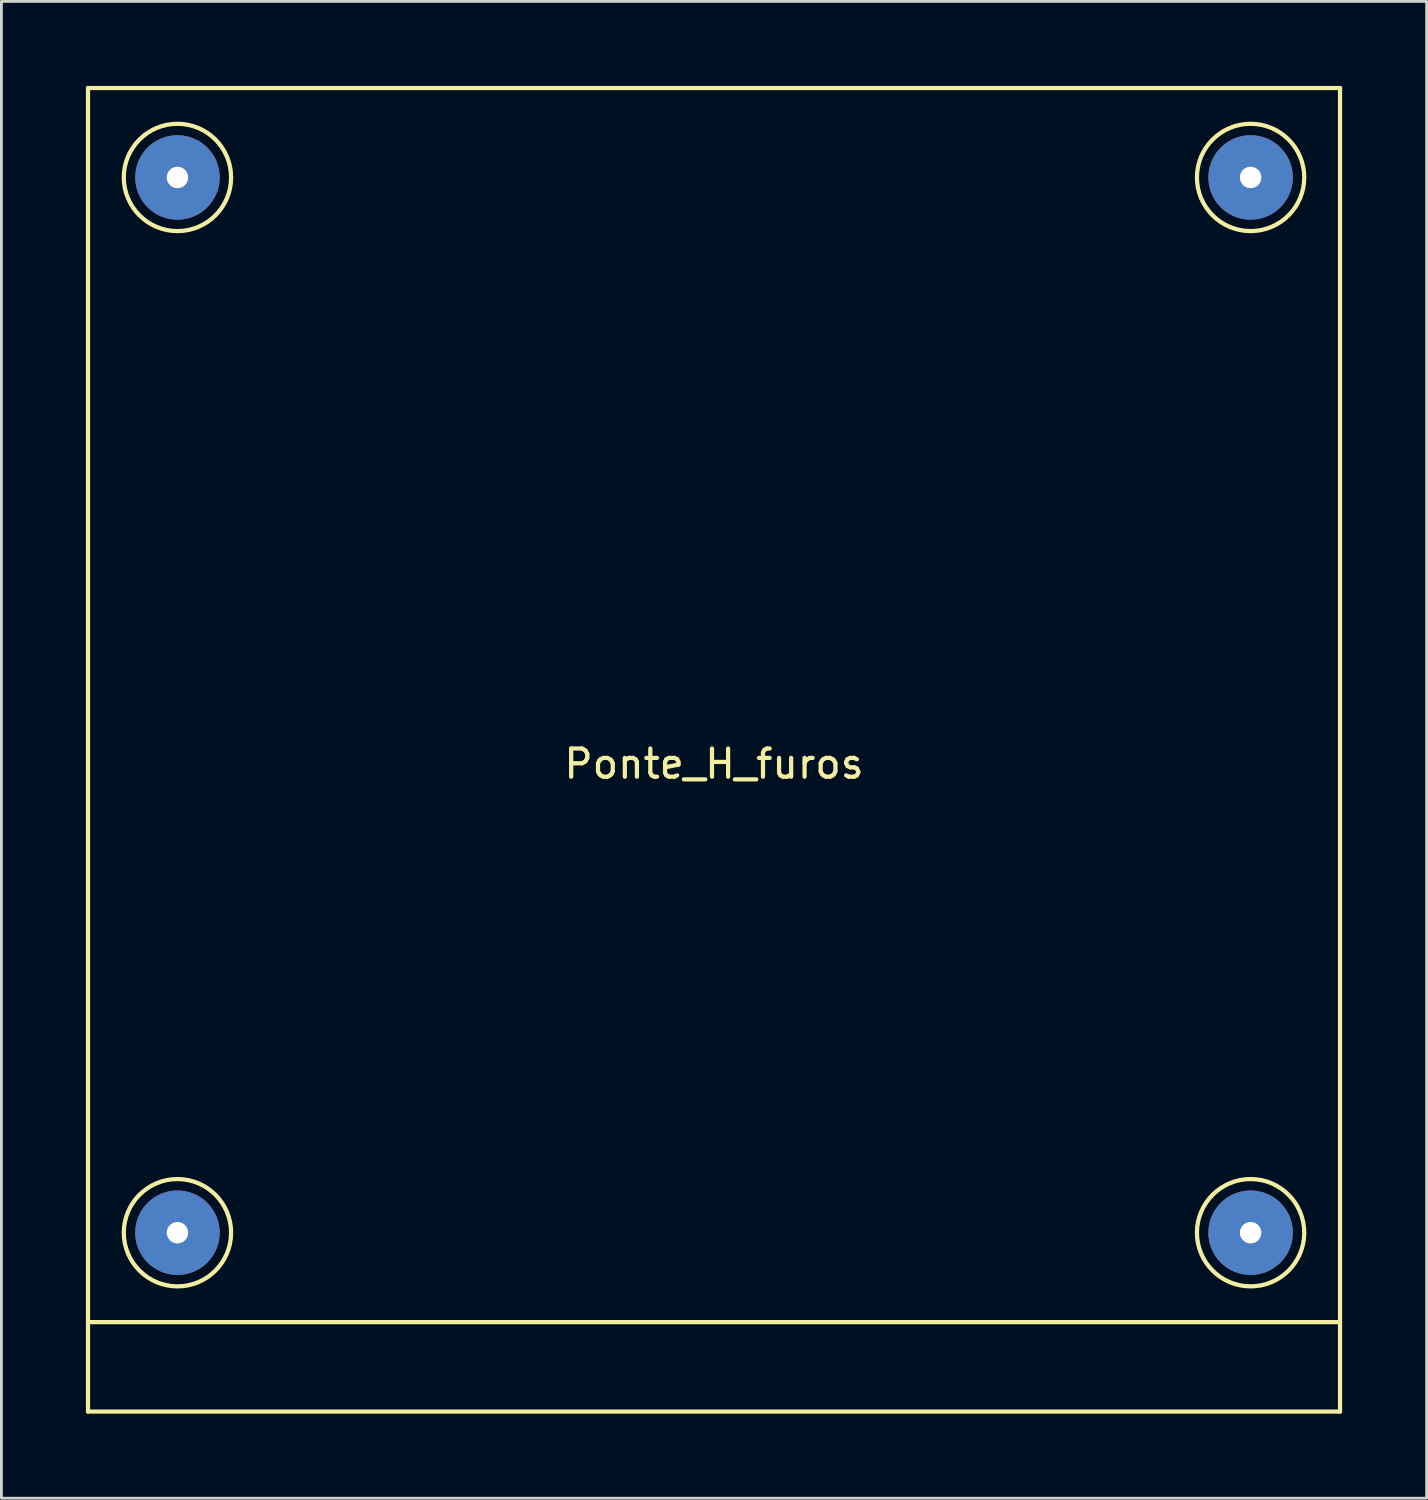
<source format=kicad_pcb>
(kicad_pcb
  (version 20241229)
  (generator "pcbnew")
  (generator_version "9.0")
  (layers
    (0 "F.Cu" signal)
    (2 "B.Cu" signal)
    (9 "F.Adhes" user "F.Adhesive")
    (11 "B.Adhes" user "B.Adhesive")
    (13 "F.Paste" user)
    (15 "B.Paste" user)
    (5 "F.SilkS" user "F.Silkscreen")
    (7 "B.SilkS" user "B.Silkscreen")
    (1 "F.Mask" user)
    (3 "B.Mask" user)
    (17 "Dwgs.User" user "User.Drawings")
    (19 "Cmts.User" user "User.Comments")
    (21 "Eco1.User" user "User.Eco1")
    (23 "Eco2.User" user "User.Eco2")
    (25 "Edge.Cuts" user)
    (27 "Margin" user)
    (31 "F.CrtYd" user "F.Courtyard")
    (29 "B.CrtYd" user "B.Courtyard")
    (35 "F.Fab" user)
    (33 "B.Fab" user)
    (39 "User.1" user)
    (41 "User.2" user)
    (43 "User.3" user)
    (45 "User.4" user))
  (footprint "Ponte_H_furos"
    (layer "F.Cu")
    (at 22.3 23.57)
    (property "Reference" "Ponte_H_furos" (at 0 0.5 0) (layer "F.SilkS") (effects (font (size 1 1) (thickness 0.15))))
    (attr through_hole)
    (fp_line (start -22.225 -23.495) (end -22.225 23.495) (stroke (width 0.15) (type solid)) (layer "F.SilkS"))
    (fp_line (start -22.225 20.32) (end 22.225 20.32) (stroke (width 0.15) (type solid)) (layer "F.SilkS"))
    (fp_line (start -22.225 23.495) (end 22.225 23.495) (stroke (width 0.15) (type solid)) (layer "F.SilkS"))
    (fp_line (start 22.225 -23.495) (end -22.225 -23.495) (stroke (width 0.15) (type solid)) (layer "F.SilkS"))
    (fp_line (start 22.225 23.495) (end 22.225 -23.495) (stroke (width 0.15) (type solid)) (layer "F.SilkS"))
    (fp_circle (center -19.05 -20.32) (end -19.05 -22.225) (stroke (width 0.15) (type solid)) (fill no) (layer "F.SilkS"))
    (fp_circle (center -19.05 17.145) (end -19.05 19.05) (stroke (width 0.15) (type solid)) (fill no) (layer "F.SilkS"))
    (fp_circle (center 19.05 -20.32) (end 20.955 -20.32) (stroke (width 0.15) (type solid)) (fill no) (layer "F.SilkS"))
    (fp_circle (center 19.05 17.145) (end 19.05 19.05) (stroke (width 0.15) (type solid)) (fill no) (layer "F.SilkS"))
    (pad "" np_thru_hole circle (at -19.05 -20.32) (size 3 3) (drill 0.762) (layers "*.Cu" "*.Mask"))
    (pad "" np_thru_hole circle (at -19.05 17.145) (size 3 3) (drill 0.762) (layers "*.Cu" "*.Mask"))
    (pad "" np_thru_hole circle (at 19.05 -20.32) (size 3 3) (drill 0.762) (layers "*.Cu" "*.Mask"))
    (pad "" np_thru_hole circle (at 19.05 17.145) (size 3 3) (drill 0.762) (layers "*.Cu" "*.Mask")))
  (gr_rect
    (start -3 -3)
    (end 47.6 50.14)
    (stroke (width 0.1) (type default))
    (fill no)
    (layer "Edge.Cuts")))
</source>
